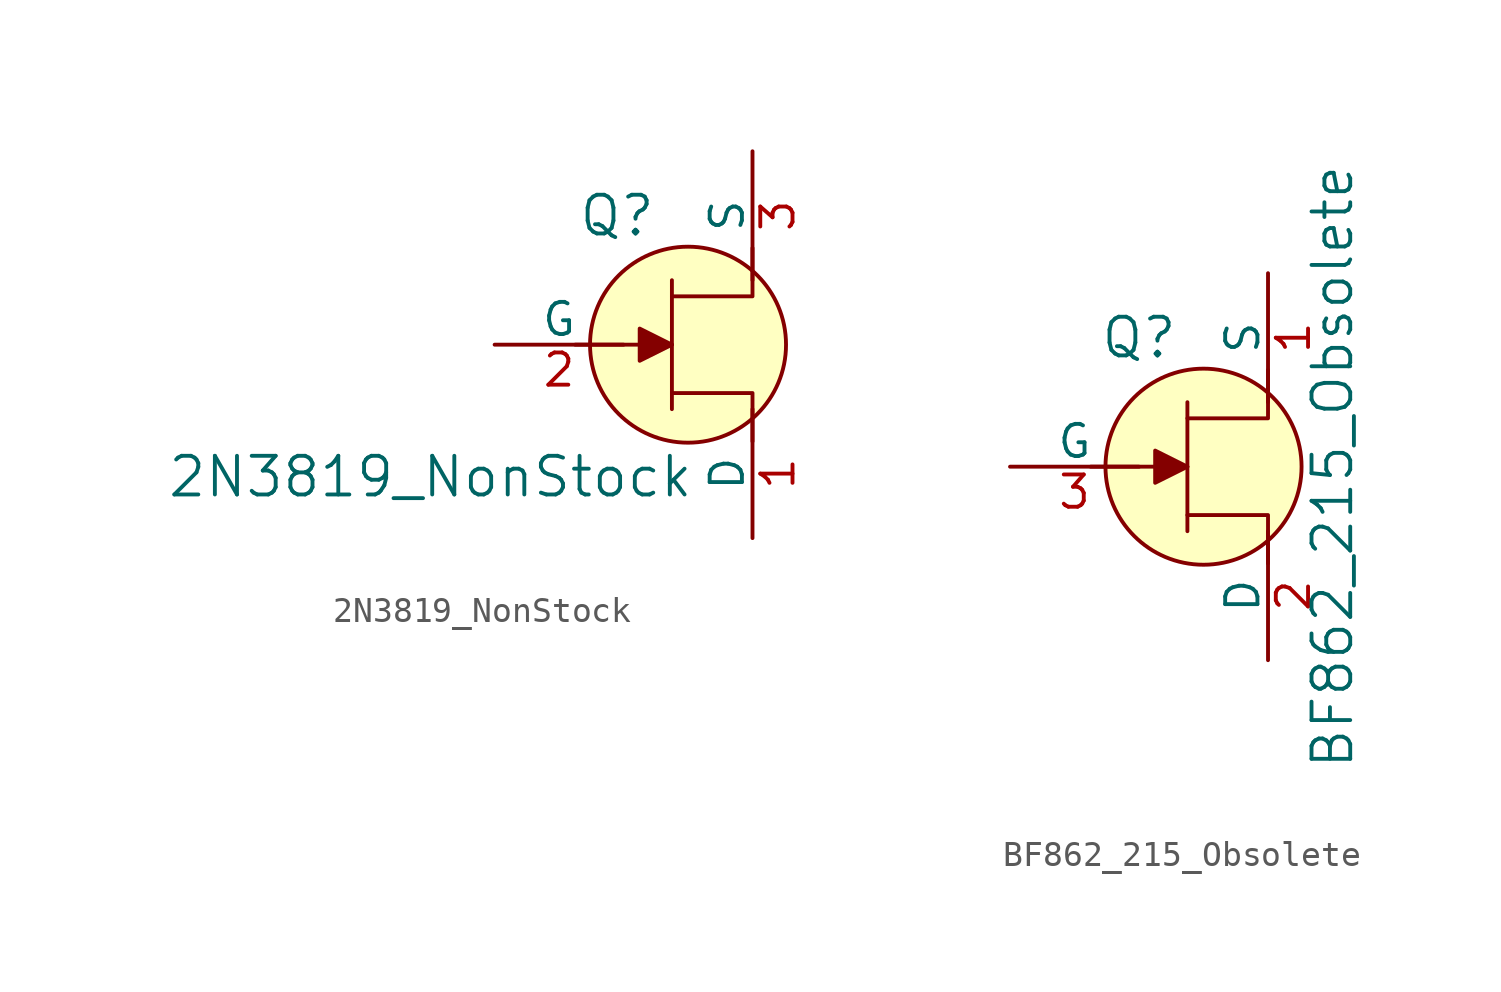
<source format=kicad_sym>
(kicad_symbol_lib
  (version 20201005)
  (generator kicad_symbol_editor)
  (symbol "2N3819_NonStock"
    (pin_names
      (offset 0))
    (property "Reference" "Q"
      (at -2.794 5.08 0)
      (effects (font (size 1.524 1.524))))
    (property "Value" "2N3819_NonStock"
      (at 0.254 -6.096 0)
      (effects (font (size 1.524 1.524)) (justify right bottom)))
    (symbol "2N3819_NonStock_0_1"
      (polyline (pts (xy -0.635 -2.54) (xy -0.635 2.54)) (stroke (width 0)) (fill (type none)))
      (polyline (pts (xy -0.635 0) (xy -4.445 0)) (stroke (width 0)) (fill (type none)))
      (polyline (pts (xy -0.635 -1.905) (xy 2.54 -1.905) (xy 2.54 -3.81)) (stroke (width 0)) (fill (type none)))
      (polyline (pts (xy -0.635 1.905) (xy 2.54 1.905) (xy 2.54 3.81)) (stroke (width 0)) (fill (type none))))
    (symbol "2N3819_NonStock_1_1"
      (circle (center 0 0) (radius 3.861) (stroke (width 0)) (fill (type background)))
      (polyline (pts (xy -1.905 0.635) (xy -1.905 -0.635) (xy -0.635 0) (xy -1.905 0.635)) (stroke (width 0)) (fill (type outline)))
      (pin bidirectional line (at 2.54 -7.62 90) (length 5.08) (name "D" (effects (font (size 1.27 1.27)))) (number "1" (effects (font (size 1.27 1.27)))))
      (pin input line (at -7.62 0 0) (length 5.08) (name "G" (effects (font (size 1.27 1.27)))) (number "2" (effects (font (size 1.27 1.27)))))
      (pin bidirectional line (at 2.54 7.62 270) (length 5.08) (name "S" (effects (font (size 1.27 1.27)))) (number "3" (effects (font (size 1.27 1.27)))))))
  (symbol "BF862_215_Obsolete"
    (pin_names
      (offset 0))
    (property "Reference" "Q"
      (at -2.54 5.08 0)
      (effects (font (size 1.524 1.524))))
    (property "Value" "BF862_215_Obsolete"
      (at 5.08 0 90)
      (effects (font (size 1.524 1.524))))
    (symbol "BF862_215_Obsolete_0_1"
      (polyline (pts (xy -0.635 -2.54) (xy -0.635 2.54)) (stroke (width 0)) (fill (type none)))
      (polyline (pts (xy -0.635 0) (xy -4.445 0)) (stroke (width 0)) (fill (type none)))
      (polyline (pts (xy -0.635 -1.905) (xy 2.54 -1.905) (xy 2.54 -3.81)) (stroke (width 0)) (fill (type none)))
      (polyline (pts (xy -0.635 1.905) (xy 2.54 1.905) (xy 2.54 3.81)) (stroke (width 0)) (fill (type none))))
    (symbol "BF862_215_Obsolete_1_1"
      (circle (center 0 0) (radius 3.861) (stroke (width 0)) (fill (type background)))
      (polyline (pts (xy -1.905 0.635) (xy -1.905 -0.635) (xy -0.635 0) (xy -1.905 0.635)) (stroke (width 0)) (fill (type outline)))
      (pin passive line (at 2.54 7.62 270) (length 5.08) (name "S" (effects (font (size 1.27 1.27)))) (number "1" (effects (font (size 1.27 1.27)))))
      (pin passive line (at 2.54 -7.62 90) (length 5.08) (name "D" (effects (font (size 1.27 1.27)))) (number "2" (effects (font (size 1.27 1.27)))))
      (pin input line (at -7.62 0 0) (length 5.08) (name "G" (effects (font (size 1.27 1.27)))) (number "3" (effects (font (size 1.27 1.27))))))))
</source>
